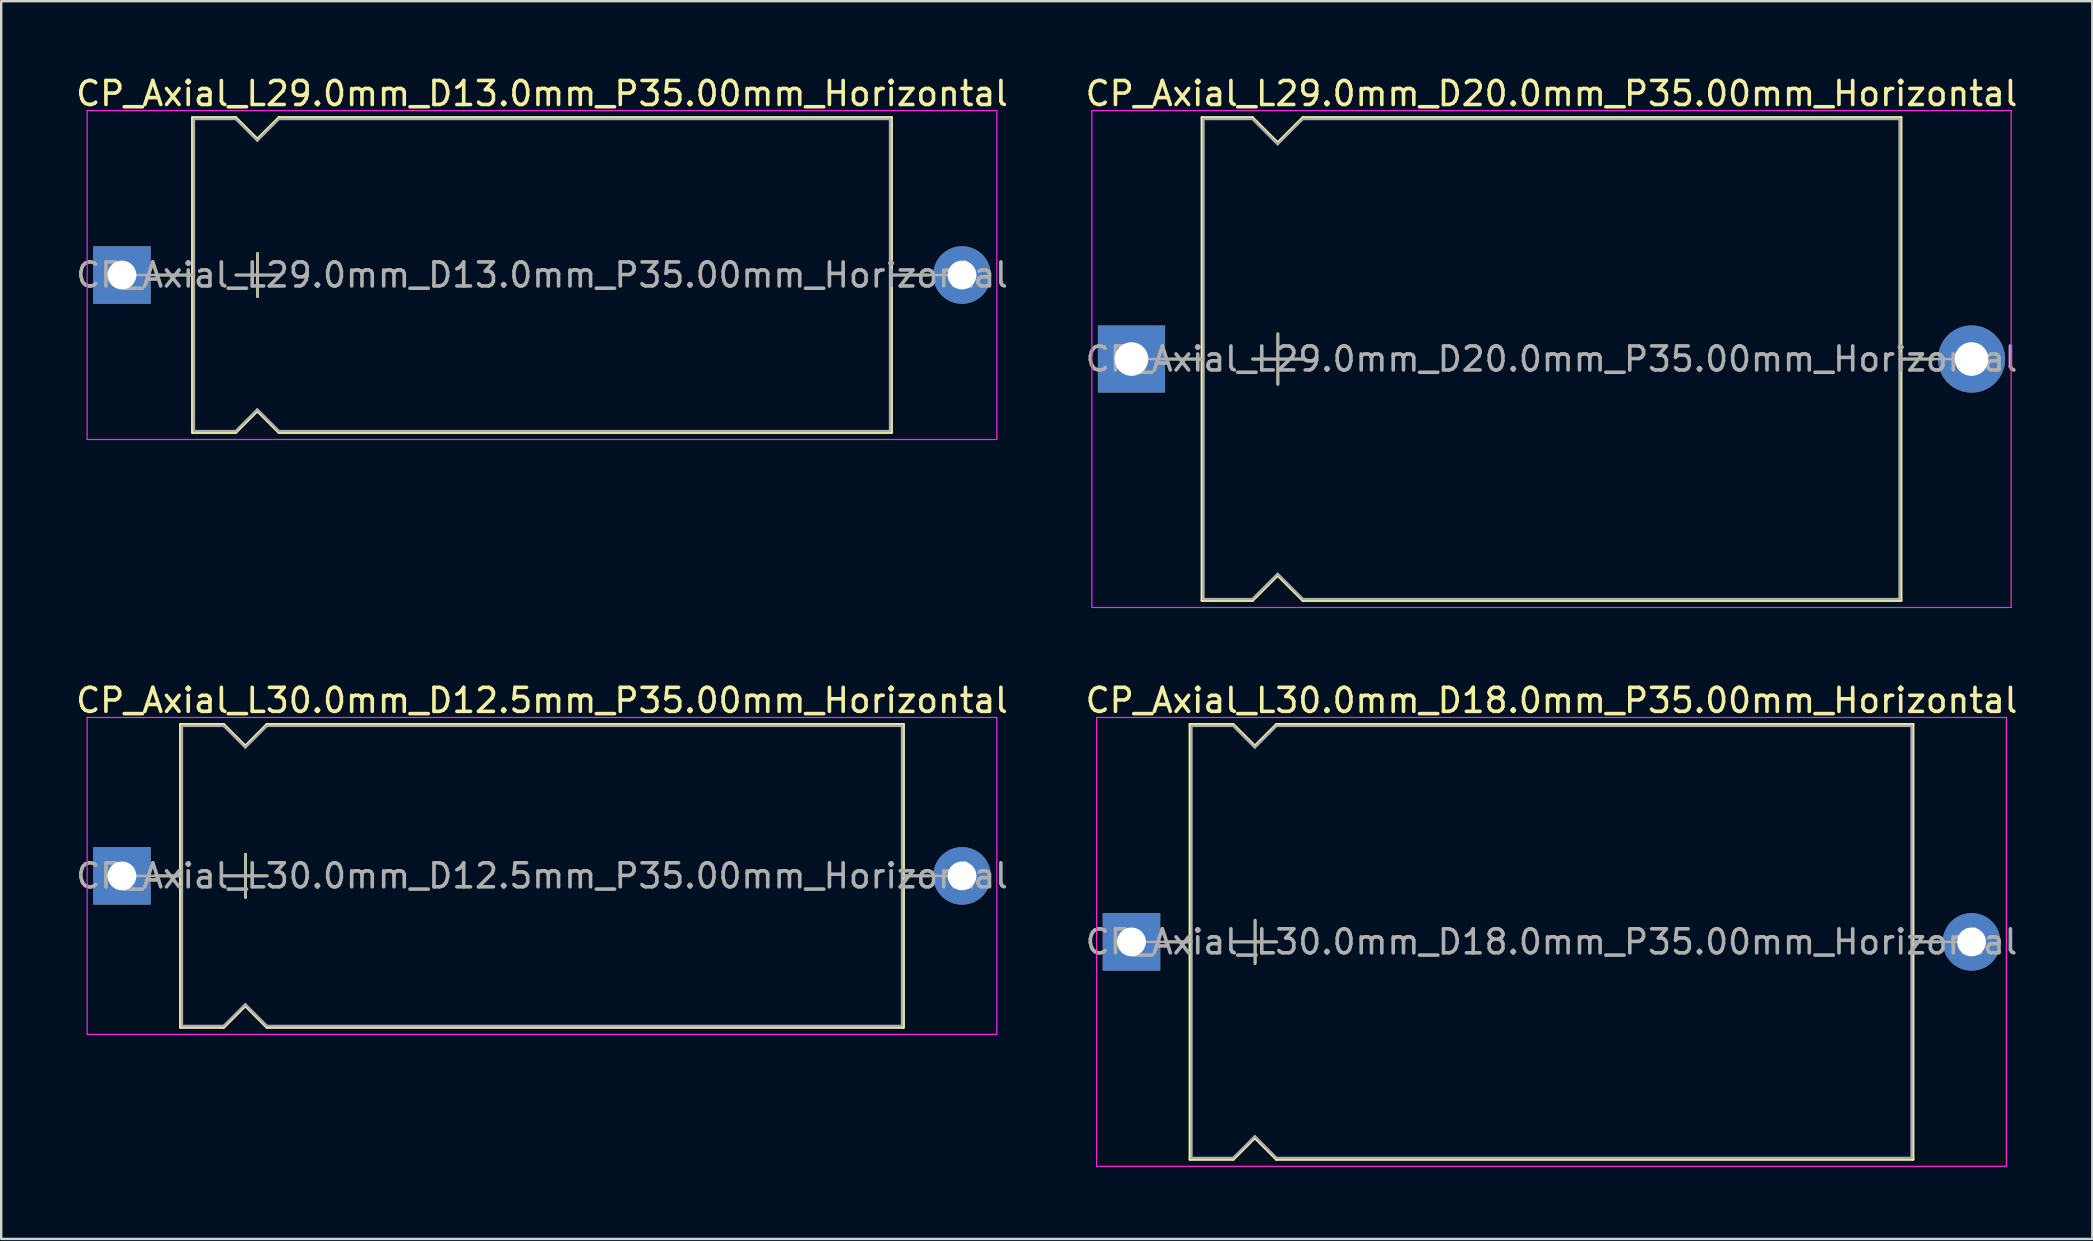
<source format=kicad_pcb>
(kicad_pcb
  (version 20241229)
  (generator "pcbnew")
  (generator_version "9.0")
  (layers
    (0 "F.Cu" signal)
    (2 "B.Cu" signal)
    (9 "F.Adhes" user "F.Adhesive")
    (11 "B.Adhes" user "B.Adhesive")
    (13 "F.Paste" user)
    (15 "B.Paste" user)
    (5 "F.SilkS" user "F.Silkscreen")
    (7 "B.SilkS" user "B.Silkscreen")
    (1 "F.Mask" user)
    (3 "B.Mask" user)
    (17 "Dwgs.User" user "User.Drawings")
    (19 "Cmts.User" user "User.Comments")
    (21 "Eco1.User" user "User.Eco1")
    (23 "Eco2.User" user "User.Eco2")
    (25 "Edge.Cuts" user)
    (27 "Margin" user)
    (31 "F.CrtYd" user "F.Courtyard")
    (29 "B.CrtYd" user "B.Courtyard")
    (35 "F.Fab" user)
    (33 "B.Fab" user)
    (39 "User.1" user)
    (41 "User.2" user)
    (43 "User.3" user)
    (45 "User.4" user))
  (footprint "CP_Axial_L29.0mm_D13.0mm_P35.00mm_Horizontal"
    (layer "F.Cu")
    (at 2.03 8.408)
    (property "Reference" "CP_Axial_L29.0mm_D13.0mm_P35.00mm_Horizontal" (at 17.5 -7.56 0) (layer "F.SilkS") (effects (font (size 1 1) (thickness 0.15))))
    (attr through_hole)
    (fp_line (start 1.38 0) (end 2.94 0) (stroke (width 0.12) (type solid)) (layer "F.SilkS"))
    (fp_line (start 2.94 -6.56) (end 2.94 6.56) (stroke (width 0.12) (type solid)) (layer "F.SilkS"))
    (fp_line (start 2.94 -6.56) (end 4.74 -6.56) (stroke (width 0.12) (type solid)) (layer "F.SilkS"))
    (fp_line (start 2.94 6.56) (end 4.74 6.56) (stroke (width 0.12) (type solid)) (layer "F.SilkS"))
    (fp_line (start 4.74 -6.56) (end 5.64 -5.66) (stroke (width 0.12) (type solid)) (layer "F.SilkS"))
    (fp_line (start 4.74 6.56) (end 5.64 5.66) (stroke (width 0.12) (type solid)) (layer "F.SilkS"))
    (fp_line (start 4.75 0) (end 6.55 0) (stroke (width 0.12) (type solid)) (layer "F.SilkS"))
    (fp_line (start 5.64 -5.66) (end 6.54 -6.56) (stroke (width 0.12) (type solid)) (layer "F.SilkS"))
    (fp_line (start 5.64 5.66) (end 6.54 6.56) (stroke (width 0.12) (type solid)) (layer "F.SilkS"))
    (fp_line (start 5.65 -0.9) (end 5.65 0.9) (stroke (width 0.12) (type solid)) (layer "F.SilkS"))
    (fp_line (start 6.54 -6.56) (end 32.06 -6.56) (stroke (width 0.12) (type solid)) (layer "F.SilkS"))
    (fp_line (start 6.54 6.56) (end 32.06 6.56) (stroke (width 0.12) (type solid)) (layer "F.SilkS"))
    (fp_line (start 32.06 -6.56) (end 32.06 6.56) (stroke (width 0.12) (type solid)) (layer "F.SilkS"))
    (fp_line (start 33.62 0) (end 32.06 0) (stroke (width 0.12) (type solid)) (layer "F.SilkS"))
    (fp_line (start -1.45 -6.85) (end -1.45 6.85) (stroke (width 0.05) (type solid)) (layer "F.CrtYd"))
    (fp_line (start -1.45 6.85) (end 36.45 6.85) (stroke (width 0.05) (type solid)) (layer "F.CrtYd"))
    (fp_line (start 36.45 -6.85) (end -1.45 -6.85) (stroke (width 0.05) (type solid)) (layer "F.CrtYd"))
    (fp_line (start 36.45 6.85) (end 36.45 -6.85) (stroke (width 0.05) (type solid)) (layer "F.CrtYd"))
    (fp_line (start 0 0) (end 3 0) (stroke (width 0.1) (type solid)) (layer "F.Fab"))
    (fp_line (start 3 -6.5) (end 3 6.5) (stroke (width 0.1) (type solid)) (layer "F.Fab"))
    (fp_line (start 3 -6.5) (end 4.74 -6.5) (stroke (width 0.1) (type solid)) (layer "F.Fab"))
    (fp_line (start 3 6.5) (end 4.74 6.5) (stroke (width 0.1) (type solid)) (layer "F.Fab"))
    (fp_line (start 4.74 -6.5) (end 5.64 -5.6) (stroke (width 0.1) (type solid)) (layer "F.Fab"))
    (fp_line (start 4.74 6.5) (end 5.64 5.6) (stroke (width 0.1) (type solid)) (layer "F.Fab"))
    (fp_line (start 4.75 0) (end 6.55 0) (stroke (width 0.1) (type solid)) (layer "F.Fab"))
    (fp_line (start 5.64 -5.6) (end 6.54 -6.5) (stroke (width 0.1) (type solid)) (layer "F.Fab"))
    (fp_line (start 5.64 5.6) (end 6.54 6.5) (stroke (width 0.1) (type solid)) (layer "F.Fab"))
    (fp_line (start 5.65 -0.9) (end 5.65 0.9) (stroke (width 0.1) (type solid)) (layer "F.Fab"))
    (fp_line (start 6.54 -6.5) (end 32 -6.5) (stroke (width 0.1) (type solid)) (layer "F.Fab"))
    (fp_line (start 6.54 6.5) (end 32 6.5) (stroke (width 0.1) (type solid)) (layer "F.Fab"))
    (fp_line (start 32 -6.5) (end 32 6.5) (stroke (width 0.1) (type solid)) (layer "F.Fab"))
    (fp_line (start 35 0) (end 32 0) (stroke (width 0.1) (type solid)) (layer "F.Fab"))
    (fp_text user "${REFERENCE}" (at 17.5 0 0) (layer "F.Fab") (effects (font (size 1 1) (thickness 0.15))))
    (pad "1" thru_hole rect (at 0 0) (size 2.4 2.4) (drill 1.2) (layers "*.Cu" "*.Mask"))
    (pad "2" thru_hole oval (at 35 0) (size 2.4 2.4) (drill 1.2) (layers "*.Cu" "*.Mask")))
  (footprint "CP_Axial_L30.0mm_D12.5mm_P35.00mm_Horizontal"
    (layer "F.Cu")
    (at 2.03 33.441)
    (property "Reference" "CP_Axial_L30.0mm_D12.5mm_P35.00mm_Horizontal" (at 17.5 -7.31 0) (layer "F.SilkS") (effects (font (size 1 1) (thickness 0.15))))
    (attr through_hole)
    (fp_line (start 1.38 0) (end 2.44 0) (stroke (width 0.12) (type solid)) (layer "F.SilkS"))
    (fp_line (start 2.44 -6.31) (end 2.44 6.31) (stroke (width 0.12) (type solid)) (layer "F.SilkS"))
    (fp_line (start 2.44 -6.31) (end 4.24 -6.31) (stroke (width 0.12) (type solid)) (layer "F.SilkS"))
    (fp_line (start 2.44 6.31) (end 4.24 6.31) (stroke (width 0.12) (type solid)) (layer "F.SilkS"))
    (fp_line (start 4.24 -6.31) (end 5.14 -5.41) (stroke (width 0.12) (type solid)) (layer "F.SilkS"))
    (fp_line (start 4.24 6.31) (end 5.14 5.41) (stroke (width 0.12) (type solid)) (layer "F.SilkS"))
    (fp_line (start 4.25 0) (end 6.05 0) (stroke (width 0.12) (type solid)) (layer "F.SilkS"))
    (fp_line (start 5.14 -5.41) (end 6.04 -6.31) (stroke (width 0.12) (type solid)) (layer "F.SilkS"))
    (fp_line (start 5.14 5.41) (end 6.04 6.31) (stroke (width 0.12) (type solid)) (layer "F.SilkS"))
    (fp_line (start 5.15 -0.9) (end 5.15 0.9) (stroke (width 0.12) (type solid)) (layer "F.SilkS"))
    (fp_line (start 6.04 -6.31) (end 32.56 -6.31) (stroke (width 0.12) (type solid)) (layer "F.SilkS"))
    (fp_line (start 6.04 6.31) (end 32.56 6.31) (stroke (width 0.12) (type solid)) (layer "F.SilkS"))
    (fp_line (start 32.56 -6.31) (end 32.56 6.31) (stroke (width 0.12) (type solid)) (layer "F.SilkS"))
    (fp_line (start 33.62 0) (end 32.56 0) (stroke (width 0.12) (type solid)) (layer "F.SilkS"))
    (fp_line (start -1.45 -6.6) (end -1.45 6.6) (stroke (width 0.05) (type solid)) (layer "F.CrtYd"))
    (fp_line (start -1.45 6.6) (end 36.45 6.6) (stroke (width 0.05) (type solid)) (layer "F.CrtYd"))
    (fp_line (start 36.45 -6.6) (end -1.45 -6.6) (stroke (width 0.05) (type solid)) (layer "F.CrtYd"))
    (fp_line (start 36.45 6.6) (end 36.45 -6.6) (stroke (width 0.05) (type solid)) (layer "F.CrtYd"))
    (fp_line (start 0 0) (end 2.5 0) (stroke (width 0.1) (type solid)) (layer "F.Fab"))
    (fp_line (start 2.5 -6.25) (end 2.5 6.25) (stroke (width 0.1) (type solid)) (layer "F.Fab"))
    (fp_line (start 2.5 -6.25) (end 4.24 -6.25) (stroke (width 0.1) (type solid)) (layer "F.Fab"))
    (fp_line (start 2.5 6.25) (end 4.24 6.25) (stroke (width 0.1) (type solid)) (layer "F.Fab"))
    (fp_line (start 4.24 -6.25) (end 5.14 -5.35) (stroke (width 0.1) (type solid)) (layer "F.Fab"))
    (fp_line (start 4.24 6.25) (end 5.14 5.35) (stroke (width 0.1) (type solid)) (layer "F.Fab"))
    (fp_line (start 4.25 0) (end 6.05 0) (stroke (width 0.1) (type solid)) (layer "F.Fab"))
    (fp_line (start 5.14 -5.35) (end 6.04 -6.25) (stroke (width 0.1) (type solid)) (layer "F.Fab"))
    (fp_line (start 5.14 5.35) (end 6.04 6.25) (stroke (width 0.1) (type solid)) (layer "F.Fab"))
    (fp_line (start 5.15 -0.9) (end 5.15 0.9) (stroke (width 0.1) (type solid)) (layer "F.Fab"))
    (fp_line (start 6.04 -6.25) (end 32.5 -6.25) (stroke (width 0.1) (type solid)) (layer "F.Fab"))
    (fp_line (start 6.04 6.25) (end 32.5 6.25) (stroke (width 0.1) (type solid)) (layer "F.Fab"))
    (fp_line (start 32.5 -6.25) (end 32.5 6.25) (stroke (width 0.1) (type solid)) (layer "F.Fab"))
    (fp_line (start 35 0) (end 32.5 0) (stroke (width 0.1) (type solid)) (layer "F.Fab"))
    (fp_text user "${REFERENCE}" (at 17.5 0 0) (layer "F.Fab") (effects (font (size 1 1) (thickness 0.15))))
    (pad "1" thru_hole rect (at 0 0) (size 2.4 2.4) (drill 1.2) (layers "*.Cu" "*.Mask"))
    (pad "2" thru_hole oval (at 35 0) (size 2.4 2.4) (drill 1.2) (layers "*.Cu" "*.Mask")))
  (footprint "CP_Axial_L29.0mm_D20.0mm_P35.00mm_Horizontal"
    (layer "F.Cu")
    (at 44.089 11.908)
    (property "Reference" "CP_Axial_L29.0mm_D20.0mm_P35.00mm_Horizontal" (at 17.5 -11.06 0) (layer "F.SilkS") (effects (font (size 1 1) (thickness 0.15))))
    (attr through_hole)
    (fp_line (start 1.58 0) (end 2.94 0) (stroke (width 0.12) (type solid)) (layer "F.SilkS"))
    (fp_line (start 2.94 -10.06) (end 2.94 10.06) (stroke (width 0.12) (type solid)) (layer "F.SilkS"))
    (fp_line (start 2.94 -10.06) (end 5.04 -10.06) (stroke (width 0.12) (type solid)) (layer "F.SilkS"))
    (fp_line (start 2.94 10.06) (end 5.04 10.06) (stroke (width 0.12) (type solid)) (layer "F.SilkS"))
    (fp_line (start 5.04 -10.06) (end 6.09 -9.01) (stroke (width 0.12) (type solid)) (layer "F.SilkS"))
    (fp_line (start 5.04 10.06) (end 6.09 9.01) (stroke (width 0.12) (type solid)) (layer "F.SilkS"))
    (fp_line (start 5.05 0) (end 7.15 0) (stroke (width 0.12) (type solid)) (layer "F.SilkS"))
    (fp_line (start 6.09 -9.01) (end 7.14 -10.06) (stroke (width 0.12) (type solid)) (layer "F.SilkS"))
    (fp_line (start 6.09 9.01) (end 7.14 10.06) (stroke (width 0.12) (type solid)) (layer "F.SilkS"))
    (fp_line (start 6.1 -1.05) (end 6.1 1.05) (stroke (width 0.12) (type solid)) (layer "F.SilkS"))
    (fp_line (start 7.14 -10.06) (end 32.06 -10.06) (stroke (width 0.12) (type solid)) (layer "F.SilkS"))
    (fp_line (start 7.14 10.06) (end 32.06 10.06) (stroke (width 0.12) (type solid)) (layer "F.SilkS"))
    (fp_line (start 32.06 -10.06) (end 32.06 10.06) (stroke (width 0.12) (type solid)) (layer "F.SilkS"))
    (fp_line (start 33.42 0) (end 32.06 0) (stroke (width 0.12) (type solid)) (layer "F.SilkS"))
    (fp_line (start -1.65 -10.35) (end -1.65 10.35) (stroke (width 0.05) (type solid)) (layer "F.CrtYd"))
    (fp_line (start -1.65 10.35) (end 36.65 10.35) (stroke (width 0.05) (type solid)) (layer "F.CrtYd"))
    (fp_line (start 36.65 -10.35) (end -1.65 -10.35) (stroke (width 0.05) (type solid)) (layer "F.CrtYd"))
    (fp_line (start 36.65 10.35) (end 36.65 -10.35) (stroke (width 0.05) (type solid)) (layer "F.CrtYd"))
    (fp_line (start 0 0) (end 3 0) (stroke (width 0.1) (type solid)) (layer "F.Fab"))
    (fp_line (start 3 -10) (end 3 10) (stroke (width 0.1) (type solid)) (layer "F.Fab"))
    (fp_line (start 3 -10) (end 5.04 -10) (stroke (width 0.1) (type solid)) (layer "F.Fab"))
    (fp_line (start 3 10) (end 5.04 10) (stroke (width 0.1) (type solid)) (layer "F.Fab"))
    (fp_line (start 5.04 -10) (end 6.09 -8.95) (stroke (width 0.1) (type solid)) (layer "F.Fab"))
    (fp_line (start 5.04 10) (end 6.09 8.95) (stroke (width 0.1) (type solid)) (layer "F.Fab"))
    (fp_line (start 5.05 0) (end 7.15 0) (stroke (width 0.1) (type solid)) (layer "F.Fab"))
    (fp_line (start 6.09 -8.95) (end 7.14 -10) (stroke (width 0.1) (type solid)) (layer "F.Fab"))
    (fp_line (start 6.09 8.95) (end 7.14 10) (stroke (width 0.1) (type solid)) (layer "F.Fab"))
    (fp_line (start 6.1 -1.05) (end 6.1 1.05) (stroke (width 0.1) (type solid)) (layer "F.Fab"))
    (fp_line (start 7.14 -10) (end 32 -10) (stroke (width 0.1) (type solid)) (layer "F.Fab"))
    (fp_line (start 7.14 10) (end 32 10) (stroke (width 0.1) (type solid)) (layer "F.Fab"))
    (fp_line (start 32 -10) (end 32 10) (stroke (width 0.1) (type solid)) (layer "F.Fab"))
    (fp_line (start 35 0) (end 32 0) (stroke (width 0.1) (type solid)) (layer "F.Fab"))
    (fp_text user "${REFERENCE}" (at 17.5 0 0) (layer "F.Fab") (effects (font (size 1 1) (thickness 0.15))))
    (pad "1" thru_hole rect (at 0 0) (size 2.8 2.8) (drill 1.4) (layers "*.Cu" "*.Mask"))
    (pad "2" thru_hole oval (at 35 0) (size 2.8 2.8) (drill 1.4) (layers "*.Cu" "*.Mask")))
  (footprint "CP_Axial_L30.0mm_D18.0mm_P35.00mm_Horizontal"
    (layer "F.Cu")
    (at 44.089 36.191)
    (property "Reference" "CP_Axial_L30.0mm_D18.0mm_P35.00mm_Horizontal" (at 17.5 -10.06 0) (layer "F.SilkS") (effects (font (size 1 1) (thickness 0.15))))
    (attr through_hole)
    (fp_line (start 1.38 0) (end 2.44 0) (stroke (width 0.12) (type solid)) (layer "F.SilkS"))
    (fp_line (start 2.44 -9.06) (end 2.44 9.06) (stroke (width 0.12) (type solid)) (layer "F.SilkS"))
    (fp_line (start 2.44 -9.06) (end 4.24 -9.06) (stroke (width 0.12) (type solid)) (layer "F.SilkS"))
    (fp_line (start 2.44 9.06) (end 4.24 9.06) (stroke (width 0.12) (type solid)) (layer "F.SilkS"))
    (fp_line (start 4.24 -9.06) (end 5.14 -8.16) (stroke (width 0.12) (type solid)) (layer "F.SilkS"))
    (fp_line (start 4.24 9.06) (end 5.14 8.16) (stroke (width 0.12) (type solid)) (layer "F.SilkS"))
    (fp_line (start 4.25 0) (end 6.05 0) (stroke (width 0.12) (type solid)) (layer "F.SilkS"))
    (fp_line (start 5.14 -8.16) (end 6.04 -9.06) (stroke (width 0.12) (type solid)) (layer "F.SilkS"))
    (fp_line (start 5.14 8.16) (end 6.04 9.06) (stroke (width 0.12) (type solid)) (layer "F.SilkS"))
    (fp_line (start 5.15 -0.9) (end 5.15 0.9) (stroke (width 0.12) (type solid)) (layer "F.SilkS"))
    (fp_line (start 6.04 -9.06) (end 32.56 -9.06) (stroke (width 0.12) (type solid)) (layer "F.SilkS"))
    (fp_line (start 6.04 9.06) (end 32.56 9.06) (stroke (width 0.12) (type solid)) (layer "F.SilkS"))
    (fp_line (start 32.56 -9.06) (end 32.56 9.06) (stroke (width 0.12) (type solid)) (layer "F.SilkS"))
    (fp_line (start 33.62 0) (end 32.56 0) (stroke (width 0.12) (type solid)) (layer "F.SilkS"))
    (fp_line (start -1.45 -9.35) (end -1.45 9.35) (stroke (width 0.05) (type solid)) (layer "F.CrtYd"))
    (fp_line (start -1.45 9.35) (end 36.45 9.35) (stroke (width 0.05) (type solid)) (layer "F.CrtYd"))
    (fp_line (start 36.45 -9.35) (end -1.45 -9.35) (stroke (width 0.05) (type solid)) (layer "F.CrtYd"))
    (fp_line (start 36.45 9.35) (end 36.45 -9.35) (stroke (width 0.05) (type solid)) (layer "F.CrtYd"))
    (fp_line (start 0 0) (end 2.5 0) (stroke (width 0.1) (type solid)) (layer "F.Fab"))
    (fp_line (start 2.5 -9) (end 2.5 9) (stroke (width 0.1) (type solid)) (layer "F.Fab"))
    (fp_line (start 2.5 -9) (end 4.24 -9) (stroke (width 0.1) (type solid)) (layer "F.Fab"))
    (fp_line (start 2.5 9) (end 4.24 9) (stroke (width 0.1) (type solid)) (layer "F.Fab"))
    (fp_line (start 4.24 -9) (end 5.14 -8.1) (stroke (width 0.1) (type solid)) (layer "F.Fab"))
    (fp_line (start 4.24 9) (end 5.14 8.1) (stroke (width 0.1) (type solid)) (layer "F.Fab"))
    (fp_line (start 4.25 0) (end 6.05 0) (stroke (width 0.1) (type solid)) (layer "F.Fab"))
    (fp_line (start 5.14 -8.1) (end 6.04 -9) (stroke (width 0.1) (type solid)) (layer "F.Fab"))
    (fp_line (start 5.14 8.1) (end 6.04 9) (stroke (width 0.1) (type solid)) (layer "F.Fab"))
    (fp_line (start 5.15 -0.9) (end 5.15 0.9) (stroke (width 0.1) (type solid)) (layer "F.Fab"))
    (fp_line (start 6.04 -9) (end 32.5 -9) (stroke (width 0.1) (type solid)) (layer "F.Fab"))
    (fp_line (start 6.04 9) (end 32.5 9) (stroke (width 0.1) (type solid)) (layer "F.Fab"))
    (fp_line (start 32.5 -9) (end 32.5 9) (stroke (width 0.1) (type solid)) (layer "F.Fab"))
    (fp_line (start 35 0) (end 32.5 0) (stroke (width 0.1) (type solid)) (layer "F.Fab"))
    (fp_text user "${REFERENCE}" (at 17.5 0 0) (layer "F.Fab") (effects (font (size 1 1) (thickness 0.15))))
    (pad "1" thru_hole rect (at 0 0) (size 2.4 2.4) (drill 1.2) (layers "*.Cu" "*.Mask"))
    (pad "2" thru_hole oval (at 35 0) (size 2.4 2.4) (drill 1.2) (layers "*.Cu" "*.Mask")))
  (gr_rect
    (start -3 -3)
    (end 84.119 48.566)
    (stroke (width 0.1) (type default))
    (fill no)
    (layer "Edge.Cuts")))
</source>
